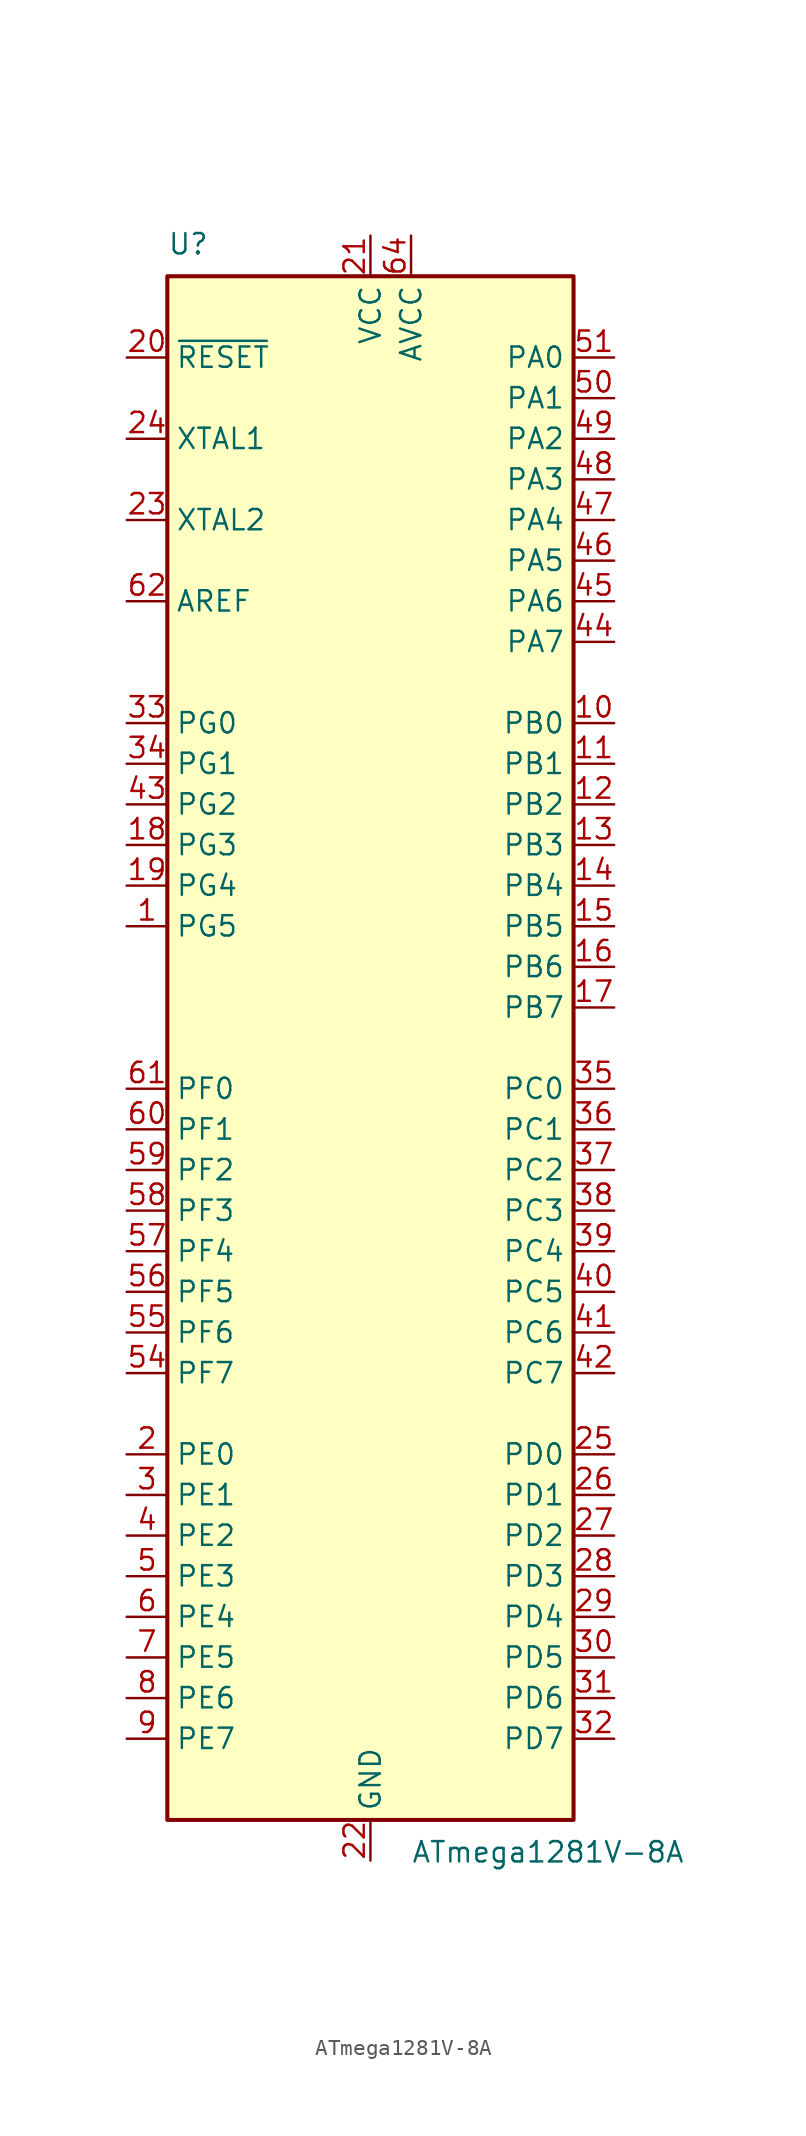
<source format=kicad_sym>
(kicad_symbol_lib
  (version 20231120)
  (generator "kicad_symbol_editor")
  (generator_version "8.0")
  (symbol "ATmega1281V-8A"
    (property "Reference" "U"
      (at -12.7 49.53 0)
      (effects (font (size 1.27 1.27)) (justify left bottom)))
    (property "Value" "ATmega1281V-8A"
      (at 2.54 -49.53 0)
      (effects (font (size 1.27 1.27)) (justify left top)))
    (symbol "ATmega1281V-8A_0_1"
      (rectangle (start -12.7 -48.26) (end 12.7 48.26) (stroke (width 0.254) (type default)) (fill (type background))))
    (symbol "ATmega1281V-8A_1_1"
      (pin bidirectional line (at -15.24 7.62 0) (length 2.54) (name "PG5" (effects (font (size 1.27 1.27)))) (number "1" (effects (font (size 1.27 1.27)))))
      (pin bidirectional line (at 15.24 20.32 180) (length 2.54) (name "PB0" (effects (font (size 1.27 1.27)))) (number "10" (effects (font (size 1.27 1.27)))))
      (pin bidirectional line (at 15.24 17.78 180) (length 2.54) (name "PB1" (effects (font (size 1.27 1.27)))) (number "11" (effects (font (size 1.27 1.27)))))
      (pin bidirectional line (at 15.24 15.24 180) (length 2.54) (name "PB2" (effects (font (size 1.27 1.27)))) (number "12" (effects (font (size 1.27 1.27)))))
      (pin bidirectional line (at 15.24 12.7 180) (length 2.54) (name "PB3" (effects (font (size 1.27 1.27)))) (number "13" (effects (font (size 1.27 1.27)))))
      (pin bidirectional line (at 15.24 10.16 180) (length 2.54) (name "PB4" (effects (font (size 1.27 1.27)))) (number "14" (effects (font (size 1.27 1.27)))))
      (pin bidirectional line (at 15.24 7.62 180) (length 2.54) (name "PB5" (effects (font (size 1.27 1.27)))) (number "15" (effects (font (size 1.27 1.27)))))
      (pin bidirectional line (at 15.24 5.08 180) (length 2.54) (name "PB6" (effects (font (size 1.27 1.27)))) (number "16" (effects (font (size 1.27 1.27)))))
      (pin bidirectional line (at 15.24 2.54 180) (length 2.54) (name "PB7" (effects (font (size 1.27 1.27)))) (number "17" (effects (font (size 1.27 1.27)))))
      (pin bidirectional line (at -15.24 12.7 0) (length 2.54) (name "PG3" (effects (font (size 1.27 1.27)))) (number "18" (effects (font (size 1.27 1.27)))))
      (pin bidirectional line (at -15.24 10.16 0) (length 2.54) (name "PG4" (effects (font (size 1.27 1.27)))) (number "19" (effects (font (size 1.27 1.27)))))
      (pin bidirectional line (at -15.24 -25.4 0) (length 2.54) (name "PE0" (effects (font (size 1.27 1.27)))) (number "2" (effects (font (size 1.27 1.27)))))
      (pin input line (at -15.24 43.18 0) (length 2.54) (name "~{RESET}" (effects (font (size 1.27 1.27)))) (number "20" (effects (font (size 1.27 1.27)))))
      (pin power_in line (at 0 50.8 270) (length 2.54) (name "VCC" (effects (font (size 1.27 1.27)))) (number "21" (effects (font (size 1.27 1.27)))))
      (pin power_in line (at 0 -50.8 90) (length 2.54) (name "GND" (effects (font (size 1.27 1.27)))) (number "22" (effects (font (size 1.27 1.27)))))
      (pin output line (at -15.24 33.02 0) (length 2.54) (name "XTAL2" (effects (font (size 1.27 1.27)))) (number "23" (effects (font (size 1.27 1.27)))))
      (pin input line (at -15.24 38.1 0) (length 2.54) (name "XTAL1" (effects (font (size 1.27 1.27)))) (number "24" (effects (font (size 1.27 1.27)))))
      (pin bidirectional line (at 15.24 -25.4 180) (length 2.54) (name "PD0" (effects (font (size 1.27 1.27)))) (number "25" (effects (font (size 1.27 1.27)))))
      (pin bidirectional line (at 15.24 -27.94 180) (length 2.54) (name "PD1" (effects (font (size 1.27 1.27)))) (number "26" (effects (font (size 1.27 1.27)))))
      (pin bidirectional line (at 15.24 -30.48 180) (length 2.54) (name "PD2" (effects (font (size 1.27 1.27)))) (number "27" (effects (font (size 1.27 1.27)))))
      (pin bidirectional line (at 15.24 -33.02 180) (length 2.54) (name "PD3" (effects (font (size 1.27 1.27)))) (number "28" (effects (font (size 1.27 1.27)))))
      (pin bidirectional line (at 15.24 -35.56 180) (length 2.54) (name "PD4" (effects (font (size 1.27 1.27)))) (number "29" (effects (font (size 1.27 1.27)))))
      (pin bidirectional line (at -15.24 -27.94 0) (length 2.54) (name "PE1" (effects (font (size 1.27 1.27)))) (number "3" (effects (font (size 1.27 1.27)))))
      (pin bidirectional line (at 15.24 -38.1 180) (length 2.54) (name "PD5" (effects (font (size 1.27 1.27)))) (number "30" (effects (font (size 1.27 1.27)))))
      (pin bidirectional line (at 15.24 -40.64 180) (length 2.54) (name "PD6" (effects (font (size 1.27 1.27)))) (number "31" (effects (font (size 1.27 1.27)))))
      (pin bidirectional line (at 15.24 -43.18 180) (length 2.54) (name "PD7" (effects (font (size 1.27 1.27)))) (number "32" (effects (font (size 1.27 1.27)))))
      (pin bidirectional line (at -15.24 20.32 0) (length 2.54) (name "PG0" (effects (font (size 1.27 1.27)))) (number "33" (effects (font (size 1.27 1.27)))))
      (pin bidirectional line (at -15.24 17.78 0) (length 2.54) (name "PG1" (effects (font (size 1.27 1.27)))) (number "34" (effects (font (size 1.27 1.27)))))
      (pin bidirectional line (at 15.24 -2.54 180) (length 2.54) (name "PC0" (effects (font (size 1.27 1.27)))) (number "35" (effects (font (size 1.27 1.27)))))
      (pin bidirectional line (at 15.24 -5.08 180) (length 2.54) (name "PC1" (effects (font (size 1.27 1.27)))) (number "36" (effects (font (size 1.27 1.27)))))
      (pin bidirectional line (at 15.24 -7.62 180) (length 2.54) (name "PC2" (effects (font (size 1.27 1.27)))) (number "37" (effects (font (size 1.27 1.27)))))
      (pin bidirectional line (at 15.24 -10.16 180) (length 2.54) (name "PC3" (effects (font (size 1.27 1.27)))) (number "38" (effects (font (size 1.27 1.27)))))
      (pin bidirectional line (at 15.24 -12.7 180) (length 2.54) (name "PC4" (effects (font (size 1.27 1.27)))) (number "39" (effects (font (size 1.27 1.27)))))
      (pin bidirectional line (at -15.24 -30.48 0) (length 2.54) (name "PE2" (effects (font (size 1.27 1.27)))) (number "4" (effects (font (size 1.27 1.27)))))
      (pin bidirectional line (at 15.24 -15.24 180) (length 2.54) (name "PC5" (effects (font (size 1.27 1.27)))) (number "40" (effects (font (size 1.27 1.27)))))
      (pin bidirectional line (at 15.24 -17.78 180) (length 2.54) (name "PC6" (effects (font (size 1.27 1.27)))) (number "41" (effects (font (size 1.27 1.27)))))
      (pin bidirectional line (at 15.24 -20.32 180) (length 2.54) (name "PC7" (effects (font (size 1.27 1.27)))) (number "42" (effects (font (size 1.27 1.27)))))
      (pin bidirectional line (at -15.24 15.24 0) (length 2.54) (name "PG2" (effects (font (size 1.27 1.27)))) (number "43" (effects (font (size 1.27 1.27)))))
      (pin bidirectional line (at 15.24 25.4 180) (length 2.54) (name "PA7" (effects (font (size 1.27 1.27)))) (number "44" (effects (font (size 1.27 1.27)))))
      (pin bidirectional line (at 15.24 27.94 180) (length 2.54) (name "PA6" (effects (font (size 1.27 1.27)))) (number "45" (effects (font (size 1.27 1.27)))))
      (pin bidirectional line (at 15.24 30.48 180) (length 2.54) (name "PA5" (effects (font (size 1.27 1.27)))) (number "46" (effects (font (size 1.27 1.27)))))
      (pin bidirectional line (at 15.24 33.02 180) (length 2.54) (name "PA4" (effects (font (size 1.27 1.27)))) (number "47" (effects (font (size 1.27 1.27)))))
      (pin bidirectional line (at 15.24 35.56 180) (length 2.54) (name "PA3" (effects (font (size 1.27 1.27)))) (number "48" (effects (font (size 1.27 1.27)))))
      (pin bidirectional line (at 15.24 38.1 180) (length 2.54) (name "PA2" (effects (font (size 1.27 1.27)))) (number "49" (effects (font (size 1.27 1.27)))))
      (pin bidirectional line (at -15.24 -33.02 0) (length 2.54) (name "PE3" (effects (font (size 1.27 1.27)))) (number "5" (effects (font (size 1.27 1.27)))))
      (pin bidirectional line (at 15.24 40.64 180) (length 2.54) (name "PA1" (effects (font (size 1.27 1.27)))) (number "50" (effects (font (size 1.27 1.27)))))
      (pin bidirectional line (at 15.24 43.18 180) (length 2.54) (name "PA0" (effects (font (size 1.27 1.27)))) (number "51" (effects (font (size 1.27 1.27)))))
      (pin passive line (at 0 50.8 270) (length 2.54) hide (name "VCC" (effects (font (size 1.27 1.27)))) (number "52" (effects (font (size 1.27 1.27)))))
      (pin passive line (at 0 -50.8 90) (length 2.54) hide (name "GND" (effects (font (size 1.27 1.27)))) (number "53" (effects (font (size 1.27 1.27)))))
      (pin bidirectional line (at -15.24 -20.32 0) (length 2.54) (name "PF7" (effects (font (size 1.27 1.27)))) (number "54" (effects (font (size 1.27 1.27)))))
      (pin bidirectional line (at -15.24 -17.78 0) (length 2.54) (name "PF6" (effects (font (size 1.27 1.27)))) (number "55" (effects (font (size 1.27 1.27)))))
      (pin bidirectional line (at -15.24 -15.24 0) (length 2.54) (name "PF5" (effects (font (size 1.27 1.27)))) (number "56" (effects (font (size 1.27 1.27)))))
      (pin bidirectional line (at -15.24 -12.7 0) (length 2.54) (name "PF4" (effects (font (size 1.27 1.27)))) (number "57" (effects (font (size 1.27 1.27)))))
      (pin bidirectional line (at -15.24 -10.16 0) (length 2.54) (name "PF3" (effects (font (size 1.27 1.27)))) (number "58" (effects (font (size 1.27 1.27)))))
      (pin bidirectional line (at -15.24 -7.62 0) (length 2.54) (name "PF2" (effects (font (size 1.27 1.27)))) (number "59" (effects (font (size 1.27 1.27)))))
      (pin bidirectional line (at -15.24 -35.56 0) (length 2.54) (name "PE4" (effects (font (size 1.27 1.27)))) (number "6" (effects (font (size 1.27 1.27)))))
      (pin bidirectional line (at -15.24 -5.08 0) (length 2.54) (name "PF1" (effects (font (size 1.27 1.27)))) (number "60" (effects (font (size 1.27 1.27)))))
      (pin bidirectional line (at -15.24 -2.54 0) (length 2.54) (name "PF0" (effects (font (size 1.27 1.27)))) (number "61" (effects (font (size 1.27 1.27)))))
      (pin passive line (at -15.24 27.94 0) (length 2.54) (name "AREF" (effects (font (size 1.27 1.27)))) (number "62" (effects (font (size 1.27 1.27)))))
      (pin passive line (at 0 -50.8 90) (length 2.54) hide (name "GND" (effects (font (size 1.27 1.27)))) (number "63" (effects (font (size 1.27 1.27)))))
      (pin power_in line (at 2.54 50.8 270) (length 2.54) (name "AVCC" (effects (font (size 1.27 1.27)))) (number "64" (effects (font (size 1.27 1.27)))))
      (pin bidirectional line (at -15.24 -38.1 0) (length 2.54) (name "PE5" (effects (font (size 1.27 1.27)))) (number "7" (effects (font (size 1.27 1.27)))))
      (pin bidirectional line (at -15.24 -40.64 0) (length 2.54) (name "PE6" (effects (font (size 1.27 1.27)))) (number "8" (effects (font (size 1.27 1.27)))))
      (pin bidirectional line (at -15.24 -43.18 0) (length 2.54) (name "PE7" (effects (font (size 1.27 1.27)))) (number "9" (effects (font (size 1.27 1.27))))))))
</source>
